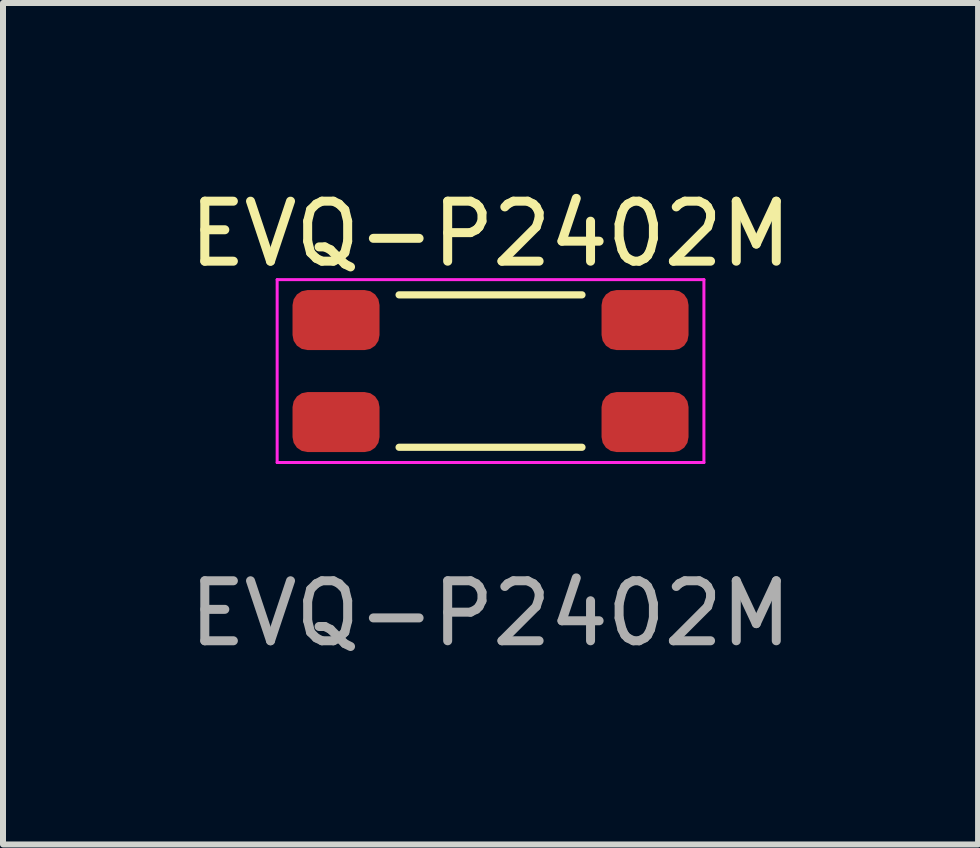
<source format=kicad_pcb>
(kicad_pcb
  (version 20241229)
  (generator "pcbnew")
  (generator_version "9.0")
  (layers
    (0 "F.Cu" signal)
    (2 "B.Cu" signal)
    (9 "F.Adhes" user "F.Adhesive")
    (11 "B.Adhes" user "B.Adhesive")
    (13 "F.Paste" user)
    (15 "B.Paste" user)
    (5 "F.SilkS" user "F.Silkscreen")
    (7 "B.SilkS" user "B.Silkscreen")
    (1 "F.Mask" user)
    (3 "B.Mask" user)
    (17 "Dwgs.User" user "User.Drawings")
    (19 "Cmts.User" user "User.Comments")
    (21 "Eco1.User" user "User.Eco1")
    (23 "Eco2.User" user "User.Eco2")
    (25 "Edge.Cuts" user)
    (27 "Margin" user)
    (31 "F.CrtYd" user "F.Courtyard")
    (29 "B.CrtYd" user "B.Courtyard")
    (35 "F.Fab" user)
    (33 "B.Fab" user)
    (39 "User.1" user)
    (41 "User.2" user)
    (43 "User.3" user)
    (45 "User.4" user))
  (footprint "EVQ-P2402M"
    (layer "F.Cu")
    (at 5.125 3.134)
    (property "Reference" "EVQ-P2402M" (at 0 -2.286 0) (unlocked yes) (layer "F.SilkS") (effects (font (size 1 1) (thickness 0.15))))
    (attr smd)
    (fp_line (start -1.524 -1.27) (end 1.524 -1.27) (stroke (width 0.12) (type solid)) (layer "F.SilkS"))
    (fp_line (start 1.524 1.27) (end -1.524 1.27) (stroke (width 0.12) (type solid)) (layer "F.SilkS"))
    (fp_line (start -3.556 -1.524) (end -3.556 1.524) (stroke (width 0.05) (type solid)) (layer "F.CrtYd"))
    (fp_line (start -3.556 1.524) (end 3.556 1.524) (stroke (width 0.05) (type solid)) (layer "F.CrtYd"))
    (fp_line (start 3.556 -1.524) (end -3.556 -1.524) (stroke (width 0.05) (type solid)) (layer "F.CrtYd"))
    (fp_line (start 3.556 1.524) (end 3.556 -1.524) (stroke (width 0.05) (type solid)) (layer "F.CrtYd"))
    (fp_text user "${REFERENCE}" (at 0 4.04 0) (unlocked yes) (layer "F.Fab") (effects (font (size 1 1) (thickness 0.15))))
    (pad "1" smd roundrect (at -2.575 0.85) (size 1.45 1) (layers "F.Cu" "F.Mask" "F.Paste") (roundrect_rratio 0.25))
    (pad "2" smd roundrect (at -2.575 -0.85) (size 1.45 1) (layers "F.Cu" "F.Mask" "F.Paste") (roundrect_rratio 0.25))
    (pad "3" smd roundrect (at 2.575 0.85) (size 1.45 1) (layers "F.Cu" "F.Mask" "F.Paste") (roundrect_rratio 0.25))
    (pad "4" smd roundrect (at 2.575 -0.85) (size 1.45 1) (layers "F.Cu" "F.Mask" "F.Paste") (roundrect_rratio 0.25)))
  (gr_rect
    (start -3 -3)
    (end 13.25 11.023)
    (stroke (width 0.1) (type default))
    (fill no)
    (layer "Edge.Cuts")))
</source>
